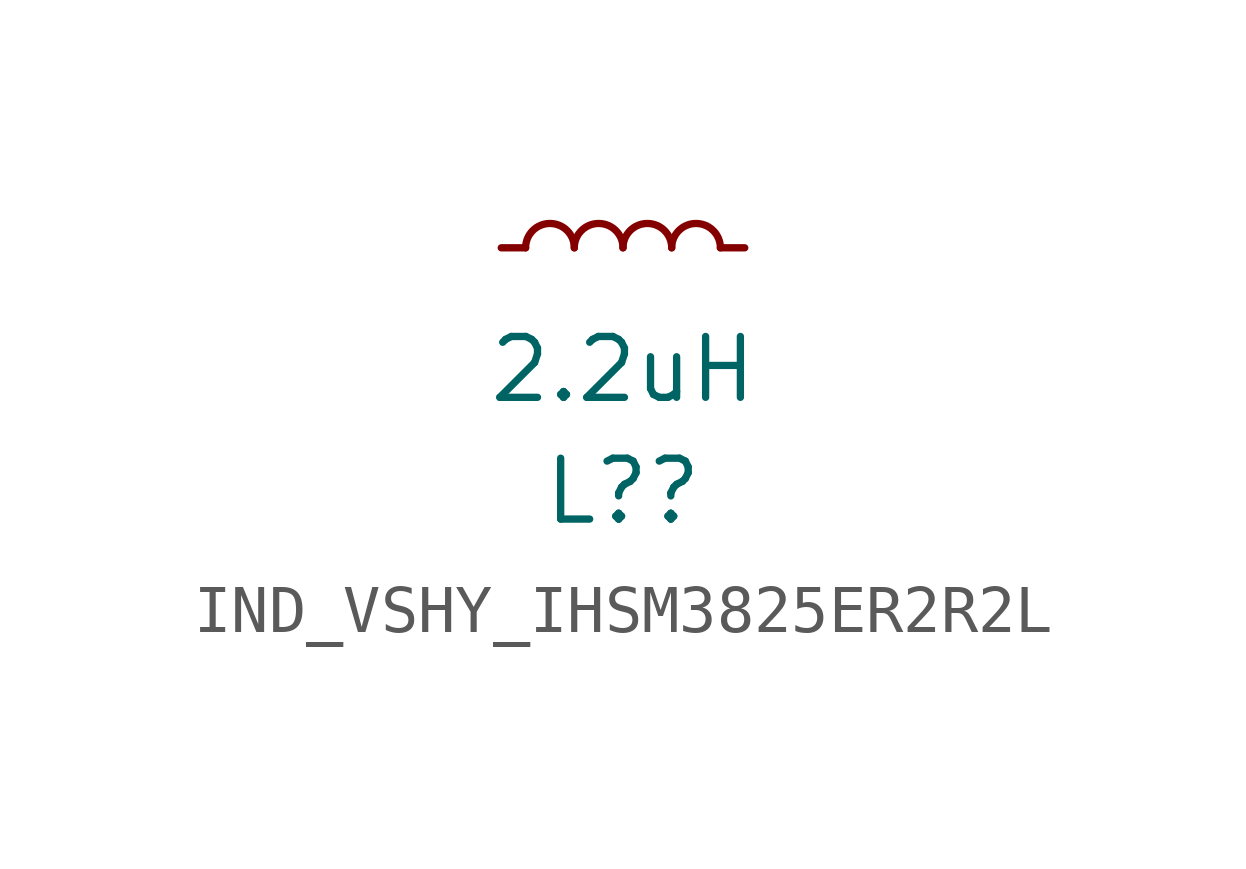
<source format=kicad_sym>
(kicad_symbol_lib
  (version 20231120)
  (generator "kicad_symbol_editor")
  (generator_version "8.0")
  (symbol "IND_VSHY_IHSM3825ER2R2L"
    (pin_numbers hide)
    (pin_names
      (offset 0.254) hide)
    (property "Reference" "L?"
      (at 0 -5.08 0)
      (effects (font (size 1.27 1.27))))
    (property "Value" "2.2uH"
      (at 0 -2.54 0)
      (effects (font (size 1.27 1.27))))
    (symbol "IND_VSHY_IHSM3825ER2R2L_0_1"
      (arc (start -1.016 0) (mid -1.524 0.5058) (end -2.032 0) (stroke (width 0) (type default)) (fill (type none)))
      (arc (start 0 0) (mid -0.508 0.5058) (end -1.016 0) (stroke (width 0) (type default)) (fill (type none)))
      (arc (start 1.016 0) (mid 0.508 0.5058) (end 0 0) (stroke (width 0) (type default)) (fill (type none)))
      (arc (start 2.032 0) (mid 1.524 0.5058) (end 1.016 0) (stroke (width 0) (type default)) (fill (type none))))
    (symbol "IND_VSHY_IHSM3825ER2R2L_1_1"
      (pin passive line (at -2.54 0 0) (length 0.508) (name "~" (effects (font (size 1.27 1.27)))) (number "1" (effects (font (size 1.27 1.27)))))
      (pin passive line (at 2.54 0 180) (length 0.508) (name "~" (effects (font (size 1.27 1.27)))) (number "2" (effects (font (size 1.27 1.27))))))))
</source>
